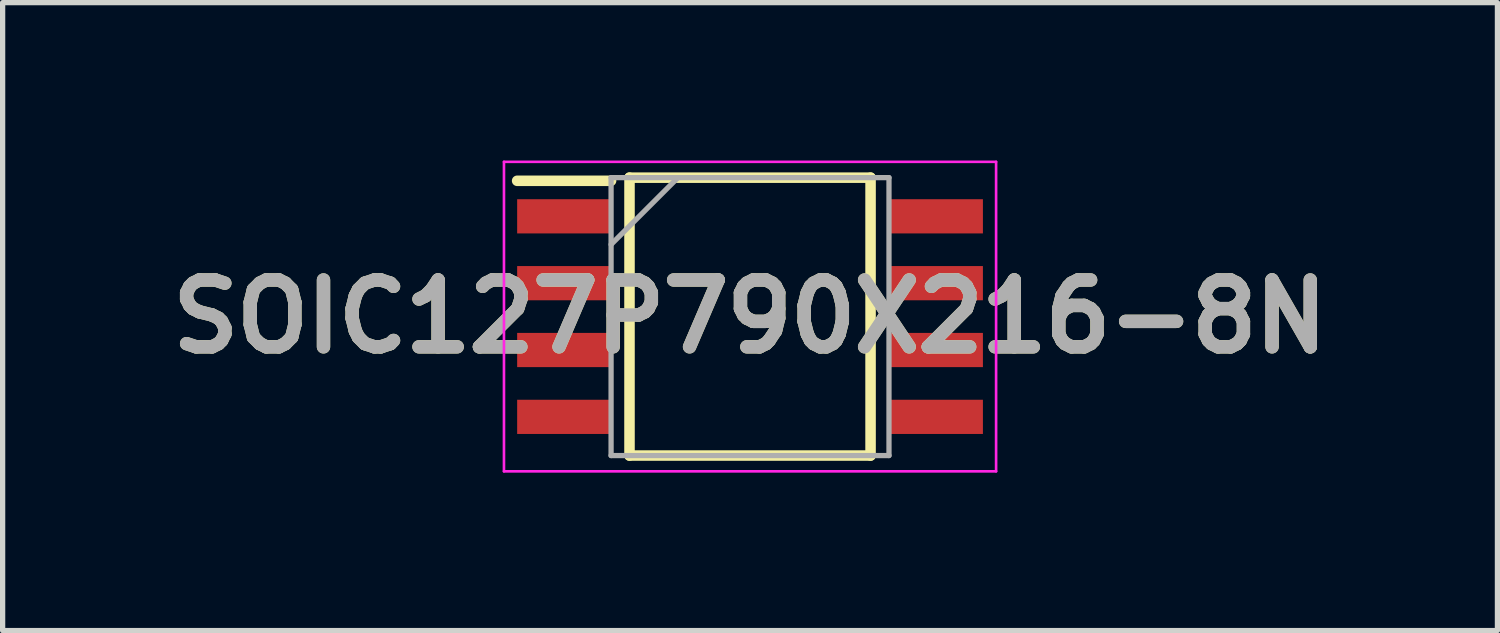
<source format=kicad_pcb>
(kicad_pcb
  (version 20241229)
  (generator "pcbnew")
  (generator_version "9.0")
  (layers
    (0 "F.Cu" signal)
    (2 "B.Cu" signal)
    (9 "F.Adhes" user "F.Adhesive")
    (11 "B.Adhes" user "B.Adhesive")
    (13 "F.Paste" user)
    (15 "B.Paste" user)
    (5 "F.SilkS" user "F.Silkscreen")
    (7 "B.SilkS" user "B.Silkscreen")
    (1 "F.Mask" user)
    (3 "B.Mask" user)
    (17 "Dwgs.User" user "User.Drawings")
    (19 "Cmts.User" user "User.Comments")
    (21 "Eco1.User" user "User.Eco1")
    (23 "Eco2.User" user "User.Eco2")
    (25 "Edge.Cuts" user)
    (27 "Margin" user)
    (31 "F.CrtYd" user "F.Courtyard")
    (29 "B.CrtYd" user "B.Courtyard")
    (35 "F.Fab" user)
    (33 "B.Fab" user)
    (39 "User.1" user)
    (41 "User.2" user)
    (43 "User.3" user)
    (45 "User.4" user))
  (footprint "SOIC127P790X216-8N"
    (layer "F.Cu")
    (at 11.2 2.965)
    (property "Reference" "SOIC127P790X216-8N" (at 0 0 0) (layer "F.SilkS") (effects (font (size 1.27 1.27) (thickness 0.254))))
    (attr smd)
    (fp_line (start -4.425 -2.58) (end -2.64 -2.58) (stroke (width 0.2) (type solid)) (layer "F.SilkS"))
    (fp_line (start -2.29 -2.64) (end 2.29 -2.64) (stroke (width 0.2) (type solid)) (layer "F.SilkS"))
    (fp_line (start -2.29 2.64) (end -2.29 -2.64) (stroke (width 0.2) (type solid)) (layer "F.SilkS"))
    (fp_line (start 2.29 -2.64) (end 2.29 2.64) (stroke (width 0.2) (type solid)) (layer "F.SilkS"))
    (fp_line (start 2.29 2.64) (end -2.29 2.64) (stroke (width 0.2) (type solid)) (layer "F.SilkS"))
    (fp_line (start -4.675 -2.94) (end 4.675 -2.94) (stroke (width 0.05) (type solid)) (layer "F.CrtYd"))
    (fp_line (start -4.675 2.94) (end -4.675 -2.94) (stroke (width 0.05) (type solid)) (layer "F.CrtYd"))
    (fp_line (start 4.675 -2.94) (end 4.675 2.94) (stroke (width 0.05) (type solid)) (layer "F.CrtYd"))
    (fp_line (start 4.675 2.94) (end -4.675 2.94) (stroke (width 0.05) (type solid)) (layer "F.CrtYd"))
    (fp_line (start -2.64 -2.64) (end 2.64 -2.64) (stroke (width 0.1) (type solid)) (layer "F.Fab"))
    (fp_line (start -2.64 -1.37) (end -1.37 -2.64) (stroke (width 0.1) (type solid)) (layer "F.Fab"))
    (fp_line (start -2.64 2.64) (end -2.64 -2.64) (stroke (width 0.1) (type solid)) (layer "F.Fab"))
    (fp_line (start 2.64 -2.64) (end 2.64 2.64) (stroke (width 0.1) (type solid)) (layer "F.Fab"))
    (fp_line (start 2.64 2.64) (end -2.64 2.64) (stroke (width 0.1) (type solid)) (layer "F.Fab"))
    (fp_text user "${REFERENCE}" (at 0 0 0) (layer "F.Fab") (effects (font (size 1.27 1.27) (thickness 0.254))))
    (pad "1" smd rect (at -3.532 -1.905 90) (size 0.65 1.785) (layers "F.Cu" "F.Mask" "F.Paste"))
    (pad "2" smd rect (at -3.532 -0.635 90) (size 0.65 1.785) (layers "F.Cu" "F.Mask" "F.Paste"))
    (pad "3" smd rect (at -3.532 0.635 90) (size 0.65 1.785) (layers "F.Cu" "F.Mask" "F.Paste"))
    (pad "4" smd rect (at -3.532 1.905 90) (size 0.65 1.785) (layers "F.Cu" "F.Mask" "F.Paste"))
    (pad "5" smd rect (at 3.532 1.905 90) (size 0.65 1.785) (layers "F.Cu" "F.Mask" "F.Paste"))
    (pad "6" smd rect (at 3.532 0.635 90) (size 0.65 1.785) (layers "F.Cu" "F.Mask" "F.Paste"))
    (pad "7" smd rect (at 3.532 -0.635 90) (size 0.65 1.785) (layers "F.Cu" "F.Mask" "F.Paste"))
    (pad "8" smd rect (at 3.532 -1.905 90) (size 0.65 1.785) (layers "F.Cu" "F.Mask" "F.Paste")))
  (gr_rect
    (start -3 -3)
    (end 25.4 8.93)
    (stroke (width 0.1) (type default))
    (fill no)
    (layer "Edge.Cuts")))
</source>
